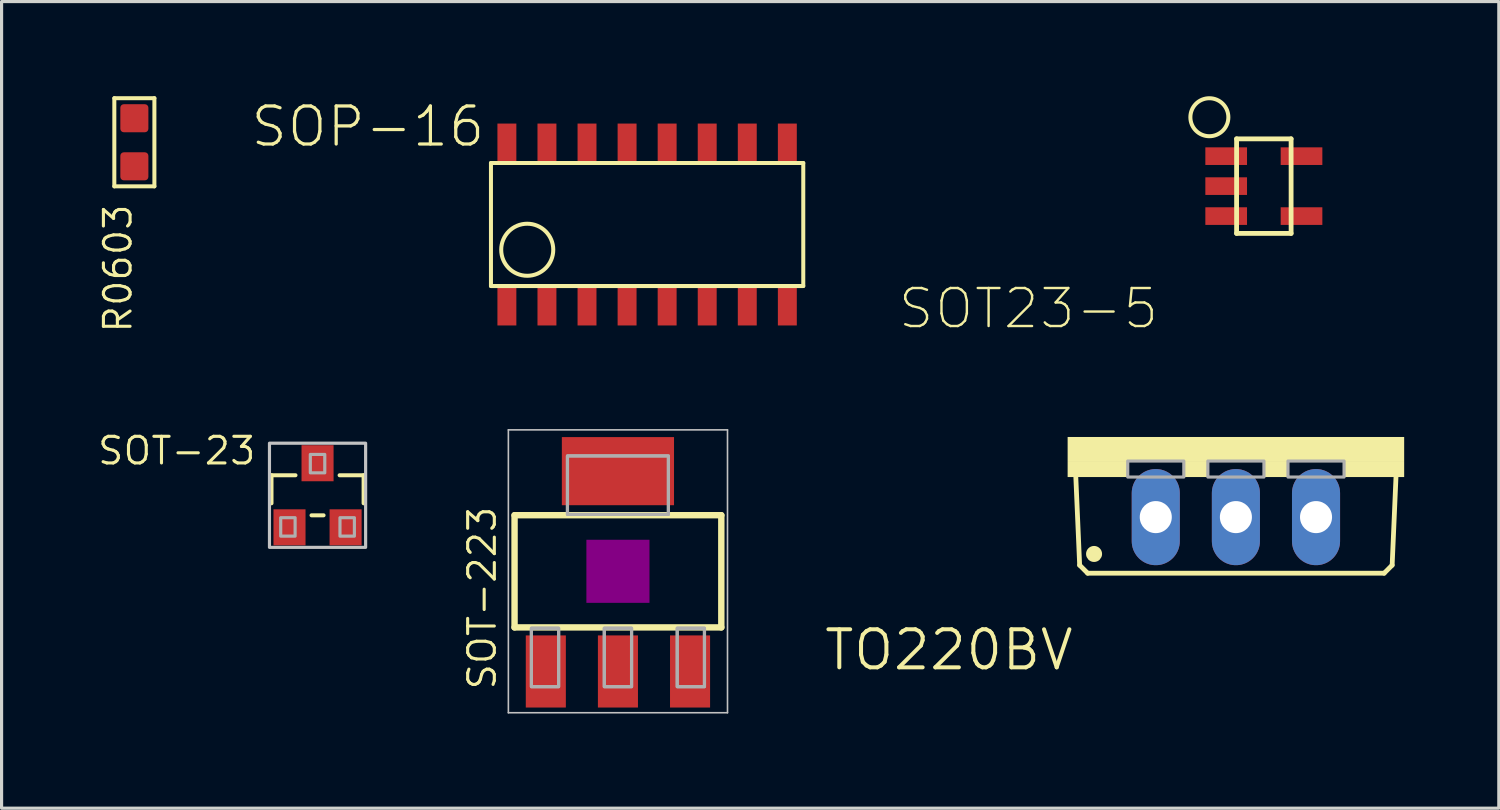
<source format=kicad_pcb>
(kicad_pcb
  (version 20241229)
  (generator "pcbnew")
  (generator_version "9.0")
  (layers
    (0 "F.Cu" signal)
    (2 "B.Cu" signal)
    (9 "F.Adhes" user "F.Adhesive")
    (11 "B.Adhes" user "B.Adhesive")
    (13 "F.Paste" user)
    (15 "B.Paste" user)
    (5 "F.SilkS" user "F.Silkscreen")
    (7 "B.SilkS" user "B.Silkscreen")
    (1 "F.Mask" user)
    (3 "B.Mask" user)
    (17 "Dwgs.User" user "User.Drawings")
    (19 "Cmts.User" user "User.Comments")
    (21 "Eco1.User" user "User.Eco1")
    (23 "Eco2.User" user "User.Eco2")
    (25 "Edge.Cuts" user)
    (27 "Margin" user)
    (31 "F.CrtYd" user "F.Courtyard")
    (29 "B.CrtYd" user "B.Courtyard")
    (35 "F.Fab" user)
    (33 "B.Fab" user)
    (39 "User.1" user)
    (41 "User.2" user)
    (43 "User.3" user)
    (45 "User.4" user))
  (footprint "SOT23-5"
    (layer "F.Cu")
    (at 37.013 2.85)
    (property "Reference" "SOT23-5" (at -3.277 3.175 0) (layer "F.SilkS") (effects (font (size 1.206 1.206) (thickness 0.076)) (justify right top)))
    (attr through_hole)
    (fp_line (start -0.864 -1.499) (end -0.864 1.499) (stroke (width 0.152) (type solid)) (layer "F.SilkS"))
    (fp_line (start -0.864 1.499) (end 0.864 1.499) (stroke (width 0.152) (type solid)) (layer "F.SilkS"))
    (fp_line (start 0.864 -1.499) (end -0.864 -1.499) (stroke (width 0.152) (type solid)) (layer "F.SilkS"))
    (fp_line (start 0.864 1.499) (end 0.864 -1.499) (stroke (width 0.152) (type solid)) (layer "F.SilkS"))
    (fp_circle (center -1.727 -2.184) (end -1.125 -2.184) (stroke (width 0.127) (type solid)) (fill no) (layer "F.SilkS"))
    (pad "1" smd rect (at -1.194 -0.95) (size 1.321 0.559) (layers "F.Cu" "F.Mask" "F.Paste"))
    (pad "2" smd rect (at -1.194 0) (size 1.321 0.559) (layers "F.Cu" "F.Mask" "F.Paste"))
    (pad "3" smd rect (at -1.194 0.95) (size 1.321 0.559) (layers "F.Cu" "F.Mask" "F.Paste"))
    (pad "4" smd rect (at 1.194 0.95) (size 1.321 0.559) (layers "F.Cu" "F.Mask" "F.Paste"))
    (pad "6" smd rect (at 1.194 -0.95) (size 1.321 0.559) (layers "F.Cu" "F.Mask" "F.Paste")))
  (footprint "SOT-23"
    (layer "F.Cu")
    (at 7.016 12.65)
    (property "Reference" "SOT-23" (at -1.905 -1.905 0) (layer "F.SilkS") (effects (font (size 0.845 0.845) (thickness 0.098)) (justify right top)))
    (attr through_hole)
    (fp_line (start -1.46 -0.635) (end -1.46 0.254) (stroke (width 0.127) (type solid)) (layer "F.SilkS"))
    (fp_line (start -0.699 -0.635) (end -1.46 -0.635) (stroke (width 0.127) (type solid)) (layer "F.SilkS"))
    (fp_line (start -0.191 0.635) (end 0.191 0.635) (stroke (width 0.127) (type solid)) (layer "F.SilkS"))
    (fp_line (start 1.46 -0.635) (end 0.699 -0.635) (stroke (width 0.127) (type solid)) (layer "F.SilkS"))
    (fp_line (start 1.46 0.254) (end 1.46 -0.635) (stroke (width 0.127) (type solid)) (layer "F.SilkS"))
    (fp_poly (pts (xy -1.524 1.651) (xy 1.524 1.651) (xy 1.524 -1.651) (xy -1.524 -1.651)) (stroke (width 0.1) (type solid)) (fill no) (layer "Dwgs.User"))
    (fp_poly (pts (xy -1.168 1.295) (xy -0.711 1.295) (xy -0.711 0.711) (xy -1.168 0.711)) (stroke (width 0.1) (type solid)) (fill no) (layer "F.Fab"))
    (fp_poly (pts (xy -0.229 -0.711) (xy 0.229 -0.711) (xy 0.229 -1.295) (xy -0.229 -1.295)) (stroke (width 0.1) (type solid)) (fill no) (layer "F.Fab"))
    (fp_poly (pts (xy 0.711 1.295) (xy 1.168 1.295) (xy 1.168 0.711) (xy 0.711 0.711)) (stroke (width 0.1) (type solid)) (fill no) (layer "F.Fab"))
    (pad "1" smd rect (at -0.889 1.016 180) (size 1.016 1.143) (layers "F.Cu" "F.Mask" "F.Paste"))
    (pad "2" smd rect (at 0.889 1.016) (size 1.016 1.143) (layers "F.Cu" "F.Mask" "F.Paste"))
    (pad "3" smd rect (at 0 -1.016) (size 1.016 1.143) (layers "F.Cu" "F.Mask" "F.Paste")))
  (footprint "TO220BV"
    (layer "F.Cu")
    (at 36.127 10.802)
    (property "Reference" "TO220BV" (at -5.08 6.045 0) (layer "F.SilkS") (effects (font (size 1.206 1.206) (thickness 0.127)) (justify right top)))
    (attr through_hole)
    (fp_line (start -4.953 4.064) (end -5.08 1.143) (stroke (width 0.152) (type solid)) (layer "F.SilkS"))
    (fp_line (start -4.953 4.064) (end -4.699 4.318) (stroke (width 0.152) (type solid)) (layer "F.SilkS"))
    (fp_line (start 4.699 4.318) (end -4.699 4.318) (stroke (width 0.152) (type solid)) (layer "F.SilkS"))
    (fp_line (start 4.699 4.318) (end 4.953 4.064) (stroke (width 0.152) (type solid)) (layer "F.SilkS"))
    (fp_line (start 5.08 1.143) (end 4.953 4.064) (stroke (width 0.152) (type solid)) (layer "F.SilkS"))
    (fp_circle (center -4.496 3.708) (end -4.369 3.708) (stroke (width 0.254) (type solid)) (fill no) (layer "F.SilkS"))
    (fp_poly (pts (xy -5.334 0.762) (xy 5.334 0.762) (xy 5.334 0) (xy -5.334 0)) (stroke (width 0) (type solid)) (fill yes) (layer "F.SilkS"))
    (fp_poly (pts (xy -5.334 1.27) (xy -3.429 1.27) (xy -3.429 0.762) (xy -5.334 0.762)) (stroke (width 0) (type solid)) (fill yes) (layer "F.SilkS"))
    (fp_poly (pts (xy -1.651 1.27) (xy -0.889 1.27) (xy -0.889 0.762) (xy -1.651 0.762)) (stroke (width 0) (type solid)) (fill yes) (layer "F.SilkS"))
    (fp_poly (pts (xy 0.889 1.27) (xy 1.651 1.27) (xy 1.651 0.762) (xy 0.889 0.762)) (stroke (width 0) (type solid)) (fill yes) (layer "F.SilkS"))
    (fp_poly (pts (xy 3.429 1.27) (xy 5.334 1.27) (xy 5.334 0.762) (xy 3.429 0.762)) (stroke (width 0) (type solid)) (fill yes) (layer "F.SilkS"))
    (fp_poly (pts (xy -3.429 1.27) (xy -1.651 1.27) (xy -1.651 0.762) (xy -3.429 0.762)) (stroke (width 0.1) (type solid)) (fill no) (layer "F.Fab"))
    (fp_poly (pts (xy -0.889 1.27) (xy 0.889 1.27) (xy 0.889 0.762) (xy -0.889 0.762)) (stroke (width 0.1) (type solid)) (fill no) (layer "F.Fab"))
    (fp_poly (pts (xy 1.651 1.27) (xy 3.429 1.27) (xy 3.429 0.762) (xy 1.651 0.762)) (stroke (width 0.1) (type solid)) (fill no) (layer "F.Fab"))
    (pad "D" thru_hole oval (at 0 2.54 90) (size 3.048 1.524) (drill 1.016) (layers "*.Cu" "*.Mask"))
    (pad "G" thru_hole oval (at -2.54 2.54 90) (size 3.048 1.524) (drill 1.016) (layers "*.Cu" "*.Mask"))
    (pad "S" thru_hole oval (at 2.54 2.54 90) (size 3.048 1.524) (drill 1.016) (layers "*.Cu" "*.Mask")))
  (footprint "R0603"
    (layer "F.Cu")
    (at 1.209 1.46)
    (property "Reference" "R0603" (at -1.016 1.905 90) (layer "F.SilkS") (effects (font (size 0.845 0.845) (thickness 0.098)) (justify right top)))
    (attr through_hole)
    (fp_line (start -0.635 -1.397) (end 0.635 -1.397) (stroke (width 0.127) (type solid)) (layer "F.SilkS"))
    (fp_line (start -0.635 1.397) (end -0.635 -1.397) (stroke (width 0.127) (type solid)) (layer "F.SilkS"))
    (fp_line (start 0.635 -1.397) (end 0.635 1.397) (stroke (width 0.127) (type solid)) (layer "F.SilkS"))
    (fp_line (start 0.635 1.397) (end -0.635 1.397) (stroke (width 0.127) (type solid)) (layer "F.SilkS"))
    (pad "1" smd roundrect (at 0 -0.762 270) (size 0.889 0.889) (layers "F.Cu" "F.Mask" "F.Paste") (roundrect_rratio 0.125))
    (pad "2" smd roundrect (at 0 0.762 270) (size 0.889 0.889) (layers "F.Cu" "F.Mask" "F.Paste") (roundrect_rratio 0.125)))
  (footprint "SOP-16"
    (layer "F.Cu")
    (at 17.463 4.067)
    (property "Reference" "SOP-16" (at -5.08 -3.81 0) (layer "F.SilkS") (effects (font (size 1.206 1.206) (thickness 0.102)) (justify right top)))
    (attr through_hole)
    (fp_line (start -4.95 -1.95) (end 4.95 -1.95) (stroke (width 0.127) (type solid)) (layer "F.SilkS"))
    (fp_line (start -4.95 1.95) (end -4.95 -1.95) (stroke (width 0.127) (type solid)) (layer "F.SilkS"))
    (fp_line (start 4.95 -1.95) (end 4.95 1.95) (stroke (width 0.127) (type solid)) (layer "F.SilkS"))
    (fp_line (start 4.95 1.95) (end -4.95 1.95) (stroke (width 0.127) (type solid)) (layer "F.SilkS"))
    (fp_circle (center -3.8 0.8) (end -2.975 0.8) (stroke (width 0.127) (type solid)) (fill no) (layer "F.SilkS"))
    (pad "P$1" smd rect (at -4.445 2.6 90) (size 1.2 0.6) (layers "F.Cu" "F.Mask" "F.Paste"))
    (pad "P$2" smd rect (at -3.175 2.6 90) (size 1.2 0.6) (layers "F.Cu" "F.Mask" "F.Paste"))
    (pad "P$3" smd rect (at -1.905 2.6 90) (size 1.2 0.6) (layers "F.Cu" "F.Mask" "F.Paste"))
    (pad "P$4" smd rect (at -0.635 2.6 90) (size 1.2 0.6) (layers "F.Cu" "F.Mask" "F.Paste"))
    (pad "P$5" smd rect (at 0.635 2.6 90) (size 1.2 0.6) (layers "F.Cu" "F.Mask" "F.Paste"))
    (pad "P$6" smd rect (at 1.905 2.6 90) (size 1.2 0.6) (layers "F.Cu" "F.Mask" "F.Paste"))
    (pad "P$7" smd rect (at 3.175 2.6 90) (size 1.2 0.6) (layers "F.Cu" "F.Mask" "F.Paste"))
    (pad "P$8" smd rect (at 4.445 2.6 90) (size 1.2 0.6) (layers "F.Cu" "F.Mask" "F.Paste"))
    (pad "P$9" smd rect (at 4.445 -2.6 90) (size 1.2 0.6) (layers "F.Cu" "F.Mask" "F.Paste"))
    (pad "P$10" smd rect (at 3.175 -2.6 90) (size 1.2 0.6) (layers "F.Cu" "F.Mask" "F.Paste"))
    (pad "P$11" smd rect (at 1.905 -2.6 90) (size 1.2 0.6) (layers "F.Cu" "F.Mask" "F.Paste"))
    (pad "P$12" smd rect (at 0.635 -2.6 90) (size 1.2 0.6) (layers "F.Cu" "F.Mask" "F.Paste"))
    (pad "P$13" smd rect (at -0.635 -2.6 90) (size 1.2 0.6) (layers "F.Cu" "F.Mask" "F.Paste"))
    (pad "P$14" smd rect (at -1.905 -2.6 90) (size 1.2 0.6) (layers "F.Cu" "F.Mask" "F.Paste"))
    (pad "P$15" smd rect (at -3.175 -2.6 90) (size 1.2 0.6) (layers "F.Cu" "F.Mask" "F.Paste"))
    (pad "P$16" smd rect (at -4.445 -2.6 90) (size 1.2 0.6) (layers "F.Cu" "F.Mask" "F.Paste")))
  (footprint "SOT-223"
    (layer "F.Cu")
    (at 16.538 15.06)
    (property "Reference" "SOT-223" (at -3.81 3.81 90) (layer "F.SilkS") (effects (font (size 0.845 0.845) (thickness 0.098)) (justify left bottom)))
    (attr through_hole)
    (fp_line (start -3.277 -1.778) (end 3.277 -1.778) (stroke (width 0.203) (type solid)) (layer "F.SilkS"))
    (fp_line (start -3.277 1.778) (end -3.277 -1.778) (stroke (width 0.203) (type solid)) (layer "F.SilkS"))
    (fp_line (start 3.277 -1.778) (end 3.277 1.778) (stroke (width 0.203) (type solid)) (layer "F.SilkS"))
    (fp_line (start 3.277 1.778) (end -3.277 1.778) (stroke (width 0.203) (type solid)) (layer "F.SilkS"))
    (fp_poly (pts (xy -1 1) (xy 1 1) (xy 1 -1) (xy -1 -1)) (stroke (width 0) (type solid)) (fill yes) (layer "F.Adhes"))
    (fp_line (start -3.473 -4.483) (end 3.473 -4.483) (stroke (width 0.051) (type solid)) (layer "Dwgs.User"))
    (fp_line (start -3.473 4.483) (end -3.473 -4.483) (stroke (width 0.051) (type solid)) (layer "Dwgs.User"))
    (fp_line (start 3.473 -4.483) (end 3.473 4.483) (stroke (width 0.051) (type solid)) (layer "Dwgs.User"))
    (fp_line (start 3.473 4.483) (end -3.473 4.483) (stroke (width 0.051) (type solid)) (layer "Dwgs.User"))
    (fp_poly (pts (xy -2.743 3.658) (xy -1.88 3.658) (xy -1.88 1.803) (xy -2.743 1.803)) (stroke (width 0.1) (type solid)) (fill no) (layer "F.Fab"))
    (fp_poly (pts (xy -2.743 3.658) (xy -1.88 3.658) (xy -1.88 1.803) (xy -2.743 1.803)) (stroke (width 0.1) (type solid)) (fill no) (layer "F.Fab"))
    (fp_poly (pts (xy -1.6 -1.803) (xy 1.6 -1.803) (xy 1.6 -3.658) (xy -1.6 -3.658)) (stroke (width 0.1) (type solid)) (fill no) (layer "F.Fab"))
    (fp_poly (pts (xy -1.6 -1.803) (xy 1.6 -1.803) (xy 1.6 -3.658) (xy -1.6 -3.658)) (stroke (width 0.1) (type solid)) (fill no) (layer "F.Fab"))
    (fp_poly (pts (xy -0.432 3.658) (xy 0.432 3.658) (xy 0.432 1.803) (xy -0.432 1.803)) (stroke (width 0.1) (type solid)) (fill no) (layer "F.Fab"))
    (fp_poly (pts (xy -0.432 3.658) (xy 0.432 3.658) (xy 0.432 1.803) (xy -0.432 1.803)) (stroke (width 0.1) (type solid)) (fill no) (layer "F.Fab"))
    (fp_poly (pts (xy 1.88 3.658) (xy 2.743 3.658) (xy 2.743 1.803) (xy 1.88 1.803)) (stroke (width 0.1) (type solid)) (fill no) (layer "F.Fab"))
    (fp_poly (pts (xy 1.88 3.658) (xy 2.743 3.658) (xy 2.743 1.803) (xy 1.88 1.803)) (stroke (width 0.1) (type solid)) (fill no) (layer "F.Fab"))
    (pad "1" smd rect (at -2.286 3.175) (size 1.27 2.286) (layers "F.Cu" "F.Mask" "F.Paste"))
    (pad "2" smd rect (at 0 3.175) (size 1.27 2.286) (layers "F.Cu" "F.Mask" "F.Paste"))
    (pad "3" smd rect (at 2.286 3.175) (size 1.27 2.286) (layers "F.Cu" "F.Mask" "F.Paste"))
    (pad "TER" smd rect (at 0 -3.175) (size 3.556 2.159) (layers "F.Cu" "F.Mask" "F.Paste")))
  (gr_rect
    (start -3 -3)
    (end 44.461 22.569)
    (stroke (width 0.1) (type default))
    (fill no)
    (layer "Edge.Cuts")))
</source>
